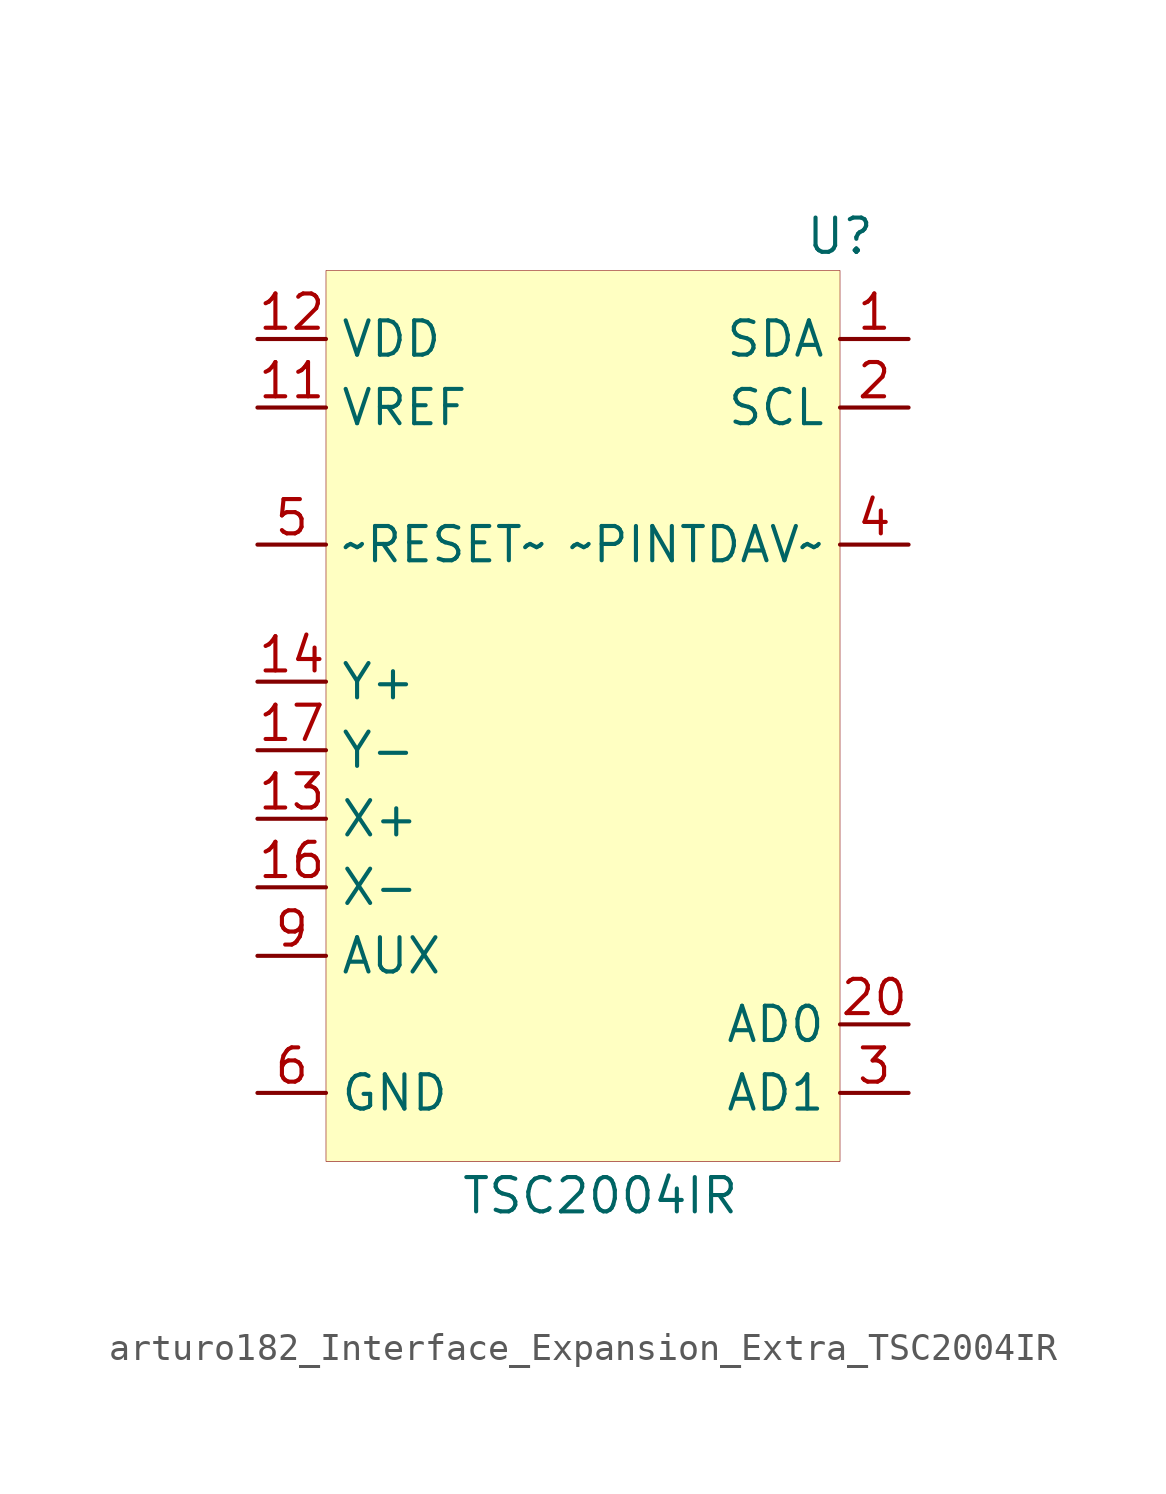
<source format=kicad_sym>
(kicad_symbol_lib
  (version 20220914)
  (generator kicad_symbol_editor)
  (symbol "Interface_Expansion_Extra:arturo182_Interface_Expansion_Extra_TSC2004IR"
    (property "Reference" "U"
      (at 10.16 17.78 0)
      (effects (font (size 1.27 1.27))))
    (property "Value" "TSC2004IR"
      (at 1.27 -17.78 0)
      (effects (font (size 1.27 1.27))))
    (symbol "arturo182_Interface_Expansion_Extra_TSC2004IR_0_0"
      (pin bidirectional line (at 12.7 13.97 180) (length 2.54) (name "SDA" (effects (font (size 1.27 1.27)))) (number "1" (effects (font (size 1.27 1.27)))))
      (pin input line (at 12.7 11.43 180) (length 2.54) (name "SCL" (effects (font (size 1.27 1.27)))) (number "2" (effects (font (size 1.27 1.27)))))
      (pin input line (at 12.7 -13.97 180) (length 2.54) (name "AD1" (effects (font (size 1.27 1.27)))) (number "3" (effects (font (size 1.27 1.27)))))
      (pin output line (at 12.7 6.35 180) (length 2.54) (name "~PINTDAV~" (effects (font (size 1.27 1.27)))) (number "4" (effects (font (size 1.27 1.27)))))
      (pin input line (at -11.43 6.35 0) (length 2.54) (name "~RESET~" (effects (font (size 1.27 1.27)))) (number "5" (effects (font (size 1.27 1.27)))))
      (pin power_in line (at -11.43 -13.97 0) (length 2.54) (name "GND" (effects (font (size 1.27 1.27)))) (number "6" (effects (font (size 1.27 1.27)))))
      (pin passive line (at -11.43 13.97 0) (length 2.54) hide (name "VDD" (effects (font (size 1.27 1.27)))) (number "7" (effects (font (size 1.27 1.27)))))
      (pin unconnected line (at -2.54 -1.27 0) (length 2.54) hide (name "NC" (effects (font (size 1.27 1.27)))) (number "8" (effects (font (size 1.27 1.27)))))
      (pin input line (at -11.43 -8.89 0) (length 2.54) (name "AUX" (effects (font (size 1.27 1.27)))) (number "9" (effects (font (size 1.27 1.27)))))
      (pin passive line (at -11.43 -13.97 0) (length 2.54) hide (name "GND" (effects (font (size 1.27 1.27)))) (number "10" (effects (font (size 1.27 1.27)))))
      (pin input line (at -11.43 11.43 0) (length 2.54) (name "VREF" (effects (font (size 1.27 1.27)))) (number "11" (effects (font (size 1.27 1.27)))))
      (pin power_in line (at -11.43 13.97 0) (length 2.54) (name "VDD" (effects (font (size 1.27 1.27)))) (number "12" (effects (font (size 1.27 1.27)))))
      (pin input line (at -11.43 -3.81 0) (length 2.54) (name "X+" (effects (font (size 1.27 1.27)))) (number "13" (effects (font (size 1.27 1.27)))))
      (pin input line (at -11.43 1.27 0) (length 2.54) (name "Y+" (effects (font (size 1.27 1.27)))) (number "14" (effects (font (size 1.27 1.27)))))
      (pin passive line (at -11.43 -13.97 0) (length 2.54) hide (name "GND" (effects (font (size 1.27 1.27)))) (number "15" (effects (font (size 1.27 1.27)))))
      (pin input line (at -11.43 -6.35 0) (length 2.54) (name "X-" (effects (font (size 1.27 1.27)))) (number "16" (effects (font (size 1.27 1.27)))))
      (pin input line (at -11.43 -1.27 0) (length 2.54) (name "Y-" (effects (font (size 1.27 1.27)))) (number "17" (effects (font (size 1.27 1.27)))))
      (pin passive line (at -11.43 -13.97 0) (length 2.54) hide (name "GND" (effects (font (size 1.27 1.27)))) (number "18" (effects (font (size 1.27 1.27)))))
      (pin unconnected line (at -2.54 -3.81 0) (length 2.54) hide (name "NC" (effects (font (size 1.27 1.27)))) (number "19" (effects (font (size 1.27 1.27)))))
      (pin input line (at 12.7 -11.43 180) (length 2.54) (name "AD0" (effects (font (size 1.27 1.27)))) (number "20" (effects (font (size 1.27 1.27)))))
      (pin passive line (at -11.43 -13.97 0) (length 2.54) hide (name "GND" (effects (font (size 1.27 1.27)))) (number "21" (effects (font (size 1.27 1.27))))))
    (symbol "arturo182_Interface_Expansion_Extra_TSC2004IR_0_1"
      (rectangle (start -8.89 16.51) (end 10.16 -16.51) (stroke (width 0.001)) (fill (type background))))))
</source>
